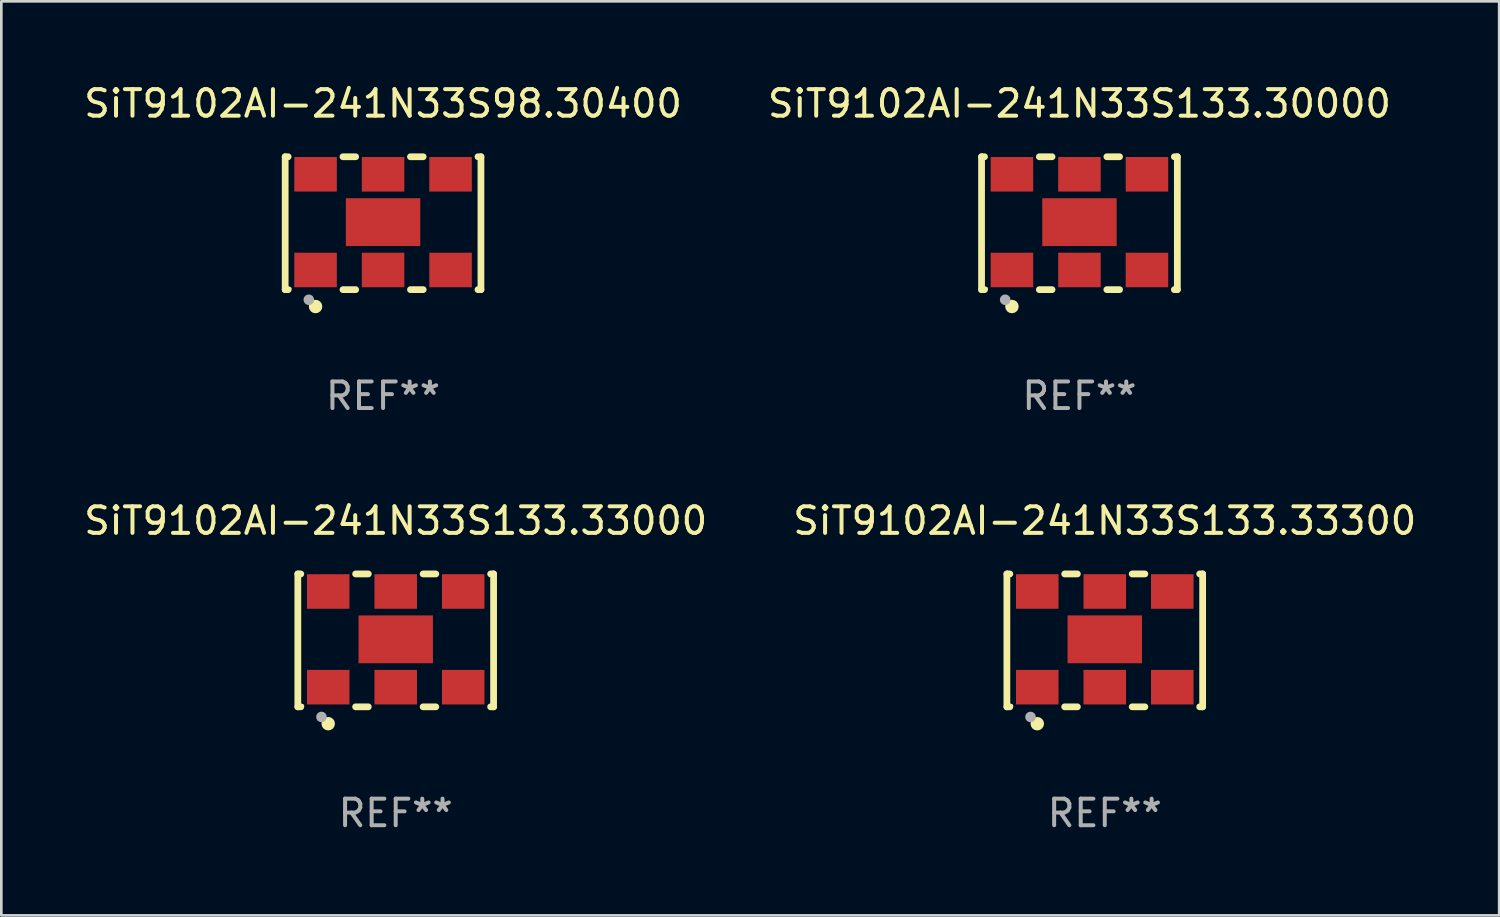
<source format=kicad_pcb>
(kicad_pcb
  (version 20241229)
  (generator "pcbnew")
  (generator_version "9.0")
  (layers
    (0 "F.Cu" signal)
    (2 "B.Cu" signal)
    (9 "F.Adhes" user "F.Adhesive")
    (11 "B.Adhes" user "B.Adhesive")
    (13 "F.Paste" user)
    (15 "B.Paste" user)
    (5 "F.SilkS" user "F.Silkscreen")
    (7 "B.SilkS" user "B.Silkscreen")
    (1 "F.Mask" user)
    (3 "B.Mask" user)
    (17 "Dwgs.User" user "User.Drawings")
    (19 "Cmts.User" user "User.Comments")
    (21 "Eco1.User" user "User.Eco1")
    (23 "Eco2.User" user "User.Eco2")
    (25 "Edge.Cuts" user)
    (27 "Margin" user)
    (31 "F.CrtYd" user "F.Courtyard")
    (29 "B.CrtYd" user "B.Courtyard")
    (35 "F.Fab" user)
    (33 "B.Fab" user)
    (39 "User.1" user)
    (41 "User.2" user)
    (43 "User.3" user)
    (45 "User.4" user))
  (footprint "SiT9102AI-241N33S98.30400"
    (layer "F.Cu")
    (at 11.363 5.348)
    (property "Reference" "SiT9102AI-241N33S98.30400" (at 0 -4.5 0) (layer "F.SilkS") (effects (font (size 1 1) (thickness 0.15))))
    (attr through_hole)
    (fp_line (start -3.683 -2.5) (end -3.571 -2.5) (stroke (width 0.254) (type solid)) (layer "F.SilkS"))
    (fp_line (start -3.683 2.5) (end -3.683 -2.5) (stroke (width 0.254) (type solid)) (layer "F.SilkS"))
    (fp_line (start -3.683 2.5) (end -3.571 2.5) (stroke (width 0.254) (type solid)) (layer "F.SilkS"))
    (fp_line (start -1.509 -2.5) (end -1.031 -2.5) (stroke (width 0.254) (type solid)) (layer "F.SilkS"))
    (fp_line (start -1.509 2.5) (end -1.031 2.5) (stroke (width 0.254) (type solid)) (layer "F.SilkS"))
    (fp_line (start 1.031 -2.5) (end 1.509 -2.5) (stroke (width 0.254) (type solid)) (layer "F.SilkS"))
    (fp_line (start 1.031 2.5) (end 1.509 2.5) (stroke (width 0.254) (type solid)) (layer "F.SilkS"))
    (fp_line (start 3.571 -2.5) (end 3.683 -2.5) (stroke (width 0.254) (type solid)) (layer "F.SilkS"))
    (fp_line (start 3.571 2.5) (end 3.683 2.5) (stroke (width 0.254) (type solid)) (layer "F.SilkS"))
    (fp_line (start 3.683 2.5) (end 3.683 -2.5) (stroke (width 0.254) (type solid)) (layer "F.SilkS"))
    (fp_circle (center -3.5 2.46) (end -3.47 2.46) (stroke (width 0.06) (type solid)) (fill no) (layer "F.SilkS"))
    (fp_circle (center -2.54 3.135) (end -2.413 3.135) (stroke (width 0.254) (type solid)) (fill no) (layer "F.SilkS"))
    (fp_circle (center -2.794 2.881) (end -2.694 2.881) (stroke (width 0.2) (type solid)) (fill no) (layer "F.Fab"))
    (fp_text user "REF**" (at 0 6.5 0) (layer "F.Fab") (effects (font (size 1 1) (thickness 0.15))))
    (pad "1" smd rect (at -2.54 1.76) (size 1.6 1.3) (layers "F.Cu" "F.Mask" "F.Paste"))
    (pad "2" smd rect (at 0 1.76) (size 1.6 1.3) (layers "F.Cu" "F.Mask" "F.Paste"))
    (pad "3" smd rect (at 2.54 1.76) (size 1.6 1.3) (layers "F.Cu" "F.Mask" "F.Paste"))
    (pad "4" smd rect (at 2.54 -1.84) (size 1.6 1.3) (layers "F.Cu" "F.Mask" "F.Paste"))
    (pad "5" smd rect (at 0 -1.84) (size 1.6 1.3) (layers "F.Cu" "F.Mask" "F.Paste"))
    (pad "6" smd rect (at -2.54 -1.84) (size 1.6 1.3) (layers "F.Cu" "F.Mask" "F.Paste"))
    (pad "7" smd rect (at 0 -0.04) (size 2.8 1.8) (layers "F.Cu" "F.Mask" "F.Paste")))
  (footprint "SiT9102AI-241N33S133.33300"
    (layer "F.Cu")
    (at 38.518 21.045)
    (property "Reference" "SiT9102AI-241N33S133.33300" (at 0 -4.5 0) (layer "F.SilkS") (effects (font (size 1 1) (thickness 0.15))))
    (attr through_hole)
    (fp_line (start -3.683 -2.5) (end -3.571 -2.5) (stroke (width 0.254) (type solid)) (layer "F.SilkS"))
    (fp_line (start -3.683 2.5) (end -3.683 -2.5) (stroke (width 0.254) (type solid)) (layer "F.SilkS"))
    (fp_line (start -3.683 2.5) (end -3.571 2.5) (stroke (width 0.254) (type solid)) (layer "F.SilkS"))
    (fp_line (start -1.509 -2.5) (end -1.031 -2.5) (stroke (width 0.254) (type solid)) (layer "F.SilkS"))
    (fp_line (start -1.509 2.5) (end -1.031 2.5) (stroke (width 0.254) (type solid)) (layer "F.SilkS"))
    (fp_line (start 1.031 -2.5) (end 1.509 -2.5) (stroke (width 0.254) (type solid)) (layer "F.SilkS"))
    (fp_line (start 1.031 2.5) (end 1.509 2.5) (stroke (width 0.254) (type solid)) (layer "F.SilkS"))
    (fp_line (start 3.571 -2.5) (end 3.683 -2.5) (stroke (width 0.254) (type solid)) (layer "F.SilkS"))
    (fp_line (start 3.571 2.5) (end 3.683 2.5) (stroke (width 0.254) (type solid)) (layer "F.SilkS"))
    (fp_line (start 3.683 2.5) (end 3.683 -2.5) (stroke (width 0.254) (type solid)) (layer "F.SilkS"))
    (fp_circle (center -3.5 2.46) (end -3.47 2.46) (stroke (width 0.06) (type solid)) (fill no) (layer "F.SilkS"))
    (fp_circle (center -2.54 3.135) (end -2.413 3.135) (stroke (width 0.254) (type solid)) (fill no) (layer "F.SilkS"))
    (fp_circle (center -2.794 2.881) (end -2.694 2.881) (stroke (width 0.2) (type solid)) (fill no) (layer "F.Fab"))
    (fp_text user "REF**" (at 0 6.5 0) (layer "F.Fab") (effects (font (size 1 1) (thickness 0.15))))
    (pad "1" smd rect (at -2.54 1.76) (size 1.6 1.3) (layers "F.Cu" "F.Mask" "F.Paste"))
    (pad "2" smd rect (at 0 1.76) (size 1.6 1.3) (layers "F.Cu" "F.Mask" "F.Paste"))
    (pad "3" smd rect (at 2.54 1.76) (size 1.6 1.3) (layers "F.Cu" "F.Mask" "F.Paste"))
    (pad "4" smd rect (at 2.54 -1.84) (size 1.6 1.3) (layers "F.Cu" "F.Mask" "F.Paste"))
    (pad "5" smd rect (at 0 -1.84) (size 1.6 1.3) (layers "F.Cu" "F.Mask" "F.Paste"))
    (pad "6" smd rect (at -2.54 -1.84) (size 1.6 1.3) (layers "F.Cu" "F.Mask" "F.Paste"))
    (pad "7" smd rect (at 0 -0.04) (size 2.8 1.8) (layers "F.Cu" "F.Mask" "F.Paste")))
  (footprint "SiT9102AI-241N33S133.33000"
    (layer "F.Cu")
    (at 11.839 21.045)
    (property "Reference" "SiT9102AI-241N33S133.33000" (at 0 -4.5 0) (layer "F.SilkS") (effects (font (size 1 1) (thickness 0.15))))
    (attr through_hole)
    (fp_line (start -3.683 -2.5) (end -3.571 -2.5) (stroke (width 0.254) (type solid)) (layer "F.SilkS"))
    (fp_line (start -3.683 2.5) (end -3.683 -2.5) (stroke (width 0.254) (type solid)) (layer "F.SilkS"))
    (fp_line (start -3.683 2.5) (end -3.571 2.5) (stroke (width 0.254) (type solid)) (layer "F.SilkS"))
    (fp_line (start -1.509 -2.5) (end -1.031 -2.5) (stroke (width 0.254) (type solid)) (layer "F.SilkS"))
    (fp_line (start -1.509 2.5) (end -1.031 2.5) (stroke (width 0.254) (type solid)) (layer "F.SilkS"))
    (fp_line (start 1.031 -2.5) (end 1.509 -2.5) (stroke (width 0.254) (type solid)) (layer "F.SilkS"))
    (fp_line (start 1.031 2.5) (end 1.509 2.5) (stroke (width 0.254) (type solid)) (layer "F.SilkS"))
    (fp_line (start 3.571 -2.5) (end 3.683 -2.5) (stroke (width 0.254) (type solid)) (layer "F.SilkS"))
    (fp_line (start 3.571 2.5) (end 3.683 2.5) (stroke (width 0.254) (type solid)) (layer "F.SilkS"))
    (fp_line (start 3.683 2.5) (end 3.683 -2.5) (stroke (width 0.254) (type solid)) (layer "F.SilkS"))
    (fp_circle (center -3.5 2.46) (end -3.47 2.46) (stroke (width 0.06) (type solid)) (fill no) (layer "F.SilkS"))
    (fp_circle (center -2.54 3.135) (end -2.413 3.135) (stroke (width 0.254) (type solid)) (fill no) (layer "F.SilkS"))
    (fp_circle (center -2.794 2.881) (end -2.694 2.881) (stroke (width 0.2) (type solid)) (fill no) (layer "F.Fab"))
    (fp_text user "REF**" (at 0 6.5 0) (layer "F.Fab") (effects (font (size 1 1) (thickness 0.15))))
    (pad "1" smd rect (at -2.54 1.76) (size 1.6 1.3) (layers "F.Cu" "F.Mask" "F.Paste"))
    (pad "2" smd rect (at 0 1.76) (size 1.6 1.3) (layers "F.Cu" "F.Mask" "F.Paste"))
    (pad "3" smd rect (at 2.54 1.76) (size 1.6 1.3) (layers "F.Cu" "F.Mask" "F.Paste"))
    (pad "4" smd rect (at 2.54 -1.84) (size 1.6 1.3) (layers "F.Cu" "F.Mask" "F.Paste"))
    (pad "5" smd rect (at 0 -1.84) (size 1.6 1.3) (layers "F.Cu" "F.Mask" "F.Paste"))
    (pad "6" smd rect (at -2.54 -1.84) (size 1.6 1.3) (layers "F.Cu" "F.Mask" "F.Paste"))
    (pad "7" smd rect (at 0 -0.04) (size 2.8 1.8) (layers "F.Cu" "F.Mask" "F.Paste")))
  (footprint "SiT9102AI-241N33S133.30000"
    (layer "F.Cu")
    (at 37.565 5.348)
    (property "Reference" "SiT9102AI-241N33S133.30000" (at 0 -4.5 0) (layer "F.SilkS") (effects (font (size 1 1) (thickness 0.15))))
    (attr through_hole)
    (fp_line (start -3.683 -2.5) (end -3.571 -2.5) (stroke (width 0.254) (type solid)) (layer "F.SilkS"))
    (fp_line (start -3.683 2.5) (end -3.683 -2.5) (stroke (width 0.254) (type solid)) (layer "F.SilkS"))
    (fp_line (start -3.683 2.5) (end -3.571 2.5) (stroke (width 0.254) (type solid)) (layer "F.SilkS"))
    (fp_line (start -1.509 -2.5) (end -1.031 -2.5) (stroke (width 0.254) (type solid)) (layer "F.SilkS"))
    (fp_line (start -1.509 2.5) (end -1.031 2.5) (stroke (width 0.254) (type solid)) (layer "F.SilkS"))
    (fp_line (start 1.031 -2.5) (end 1.509 -2.5) (stroke (width 0.254) (type solid)) (layer "F.SilkS"))
    (fp_line (start 1.031 2.5) (end 1.509 2.5) (stroke (width 0.254) (type solid)) (layer "F.SilkS"))
    (fp_line (start 3.571 -2.5) (end 3.683 -2.5) (stroke (width 0.254) (type solid)) (layer "F.SilkS"))
    (fp_line (start 3.571 2.5) (end 3.683 2.5) (stroke (width 0.254) (type solid)) (layer "F.SilkS"))
    (fp_line (start 3.683 2.5) (end 3.683 -2.5) (stroke (width 0.254) (type solid)) (layer "F.SilkS"))
    (fp_circle (center -3.5 2.46) (end -3.47 2.46) (stroke (width 0.06) (type solid)) (fill no) (layer "F.SilkS"))
    (fp_circle (center -2.54 3.135) (end -2.413 3.135) (stroke (width 0.254) (type solid)) (fill no) (layer "F.SilkS"))
    (fp_circle (center -2.794 2.881) (end -2.694 2.881) (stroke (width 0.2) (type solid)) (fill no) (layer "F.Fab"))
    (fp_text user "REF**" (at 0 6.5 0) (layer "F.Fab") (effects (font (size 1 1) (thickness 0.15))))
    (pad "1" smd rect (at -2.54 1.76) (size 1.6 1.3) (layers "F.Cu" "F.Mask" "F.Paste"))
    (pad "2" smd rect (at 0 1.76) (size 1.6 1.3) (layers "F.Cu" "F.Mask" "F.Paste"))
    (pad "3" smd rect (at 2.54 1.76) (size 1.6 1.3) (layers "F.Cu" "F.Mask" "F.Paste"))
    (pad "4" smd rect (at 2.54 -1.84) (size 1.6 1.3) (layers "F.Cu" "F.Mask" "F.Paste"))
    (pad "5" smd rect (at 0 -1.84) (size 1.6 1.3) (layers "F.Cu" "F.Mask" "F.Paste"))
    (pad "6" smd rect (at -2.54 -1.84) (size 1.6 1.3) (layers "F.Cu" "F.Mask" "F.Paste"))
    (pad "7" smd rect (at 0 -0.04) (size 2.8 1.8) (layers "F.Cu" "F.Mask" "F.Paste")))
  (gr_rect
    (start -3 -3)
    (end 53.357 31.393)
    (stroke (width 0.1) (type default))
    (fill no)
    (layer "Edge.Cuts")))
</source>
